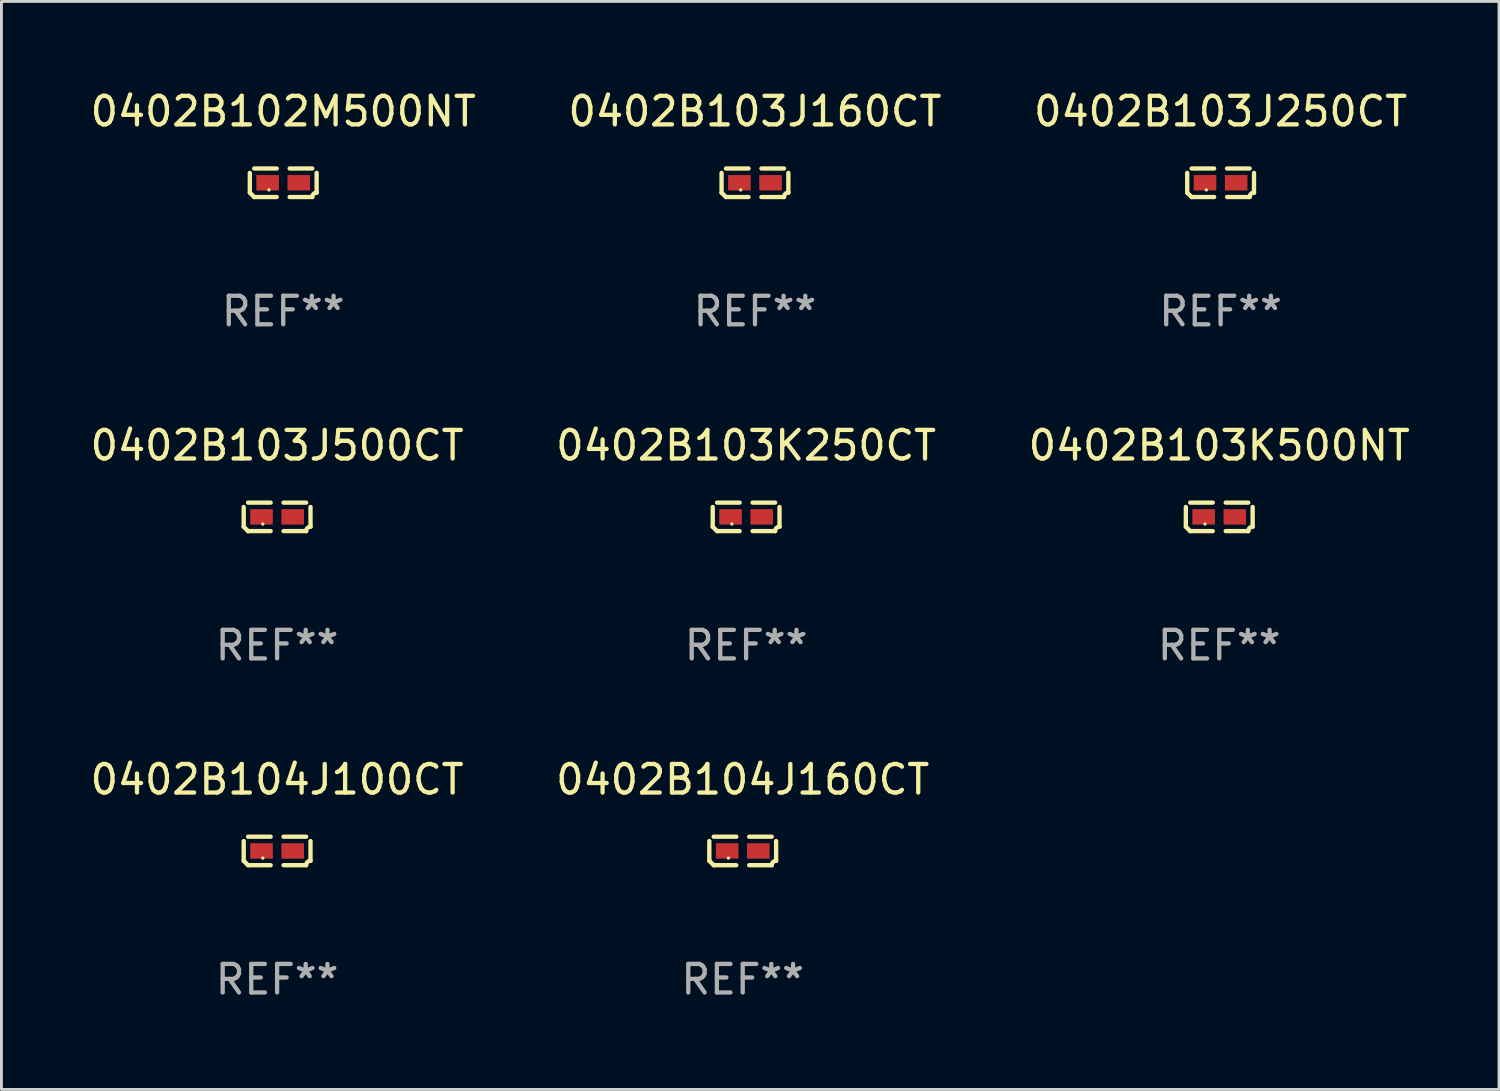
<source format=kicad_pcb>
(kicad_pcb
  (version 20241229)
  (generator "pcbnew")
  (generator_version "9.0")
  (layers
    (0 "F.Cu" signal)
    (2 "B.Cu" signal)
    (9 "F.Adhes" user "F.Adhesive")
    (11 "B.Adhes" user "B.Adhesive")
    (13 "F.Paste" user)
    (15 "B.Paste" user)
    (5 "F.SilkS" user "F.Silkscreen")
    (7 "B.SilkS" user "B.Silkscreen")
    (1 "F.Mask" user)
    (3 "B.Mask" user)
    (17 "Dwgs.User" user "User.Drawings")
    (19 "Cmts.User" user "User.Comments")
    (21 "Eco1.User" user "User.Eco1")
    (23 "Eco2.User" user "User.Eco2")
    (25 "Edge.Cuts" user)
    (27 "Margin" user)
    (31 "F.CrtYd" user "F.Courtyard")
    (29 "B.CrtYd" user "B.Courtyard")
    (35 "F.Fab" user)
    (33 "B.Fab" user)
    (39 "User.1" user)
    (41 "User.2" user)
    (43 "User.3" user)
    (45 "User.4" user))
  (footprint "0402B103K250CT"
    (layer "F.Cu")
    (at 23.065 15.041)
    (property "Reference" "0402B103K250CT" (at 0 -2.499 0) (layer "F.SilkS") (effects (font (size 1 1) (thickness 0.15))))
    (attr through_hole)
    (fp_line (start -1.169 0.346) (end -1.169 -0.346) (stroke (width 0.152) (type solid)) (layer "F.SilkS"))
    (fp_line (start -1.016 -0.499) (end -0.226 -0.499) (stroke (width 0.152) (type solid)) (layer "F.SilkS"))
    (fp_line (start -0.226 0.499) (end -1.016 0.499) (stroke (width 0.152) (type solid)) (layer "F.SilkS"))
    (fp_line (start 0.226 0.499) (end 1.016 0.499) (stroke (width 0.152) (type solid)) (layer "F.SilkS"))
    (fp_line (start 1.016 -0.499) (end 0.226 -0.499) (stroke (width 0.152) (type solid)) (layer "F.SilkS"))
    (fp_line (start 1.169 0.346) (end 1.169 -0.346) (stroke (width 0.152) (type solid)) (layer "F.SilkS"))
    (fp_arc (start -1.016307 0.498603) (mid -1.092512 0.422405) (end -1.16871 0.3462) (stroke (width 0.1524) (type solid)) (layer "F.SilkS"))
    (fp_arc (start 1.016307 0.498603) (mid 1.060899 0.390758) (end 1.168707 0.346076) (stroke (width 0.1524) (type solid)) (layer "F.SilkS"))
    (fp_circle (center -0.5 0.25) (end -0.47 0.25) (stroke (width 0.06) (type solid)) (fill no) (layer "F.SilkS"))
    (fp_text user "REF**" (at 0 4.499 0) (layer "F.Fab") (effects (font (size 1 1) (thickness 0.15))))
    (pad "1" smd rect (at -0.545 0) (size 0.79 0.54) (layers "F.Cu" "F.Mask" "F.Paste"))
    (pad "2" smd rect (at 0.545 0) (size 0.79 0.54) (layers "F.Cu" "F.Mask" "F.Paste")))
  (footprint "0402B103J160CT"
    (layer "F.Cu")
    (at 23.375 3.347)
    (property "Reference" "0402B103J160CT" (at 0 -2.499 0) (layer "F.SilkS") (effects (font (size 1 1) (thickness 0.15))))
    (attr through_hole)
    (fp_line (start -1.169 0.346) (end -1.169 -0.346) (stroke (width 0.152) (type solid)) (layer "F.SilkS"))
    (fp_line (start -1.016 -0.499) (end -0.226 -0.499) (stroke (width 0.152) (type solid)) (layer "F.SilkS"))
    (fp_line (start -0.226 0.499) (end -1.016 0.499) (stroke (width 0.152) (type solid)) (layer "F.SilkS"))
    (fp_line (start 0.226 0.499) (end 1.016 0.499) (stroke (width 0.152) (type solid)) (layer "F.SilkS"))
    (fp_line (start 1.016 -0.499) (end 0.226 -0.499) (stroke (width 0.152) (type solid)) (layer "F.SilkS"))
    (fp_line (start 1.169 0.346) (end 1.169 -0.346) (stroke (width 0.152) (type solid)) (layer "F.SilkS"))
    (fp_arc (start -1.016307 0.498603) (mid -1.092512 0.422405) (end -1.16871 0.3462) (stroke (width 0.1524) (type solid)) (layer "F.SilkS"))
    (fp_arc (start 1.016307 0.498603) (mid 1.060899 0.390758) (end 1.168707 0.346076) (stroke (width 0.1524) (type solid)) (layer "F.SilkS"))
    (fp_circle (center -0.5 0.25) (end -0.47 0.25) (stroke (width 0.06) (type solid)) (fill no) (layer "F.SilkS"))
    (fp_text user "REF**" (at 0 4.499 0) (layer "F.Fab") (effects (font (size 1 1) (thickness 0.15))))
    (pad "1" smd rect (at -0.545 0) (size 0.79 0.54) (layers "F.Cu" "F.Mask" "F.Paste"))
    (pad "2" smd rect (at 0.545 0) (size 0.79 0.54) (layers "F.Cu" "F.Mask" "F.Paste")))
  (footprint "0402B103K500NT"
    (layer "F.Cu")
    (at 39.625 15.041)
    (property "Reference" "0402B103K500NT" (at 0 -2.499 0) (layer "F.SilkS") (effects (font (size 1 1) (thickness 0.15))))
    (attr through_hole)
    (fp_line (start -1.169 0.346) (end -1.169 -0.346) (stroke (width 0.152) (type solid)) (layer "F.SilkS"))
    (fp_line (start -1.016 -0.499) (end -0.226 -0.499) (stroke (width 0.152) (type solid)) (layer "F.SilkS"))
    (fp_line (start -0.226 0.499) (end -1.016 0.499) (stroke (width 0.152) (type solid)) (layer "F.SilkS"))
    (fp_line (start 0.226 0.499) (end 1.016 0.499) (stroke (width 0.152) (type solid)) (layer "F.SilkS"))
    (fp_line (start 1.016 -0.499) (end 0.226 -0.499) (stroke (width 0.152) (type solid)) (layer "F.SilkS"))
    (fp_line (start 1.169 0.346) (end 1.169 -0.346) (stroke (width 0.152) (type solid)) (layer "F.SilkS"))
    (fp_arc (start -1.016307 0.498603) (mid -1.092512 0.422405) (end -1.16871 0.3462) (stroke (width 0.1524) (type solid)) (layer "F.SilkS"))
    (fp_arc (start 1.016307 0.498603) (mid 1.060899 0.390758) (end 1.168707 0.346076) (stroke (width 0.1524) (type solid)) (layer "F.SilkS"))
    (fp_circle (center -0.5 0.25) (end -0.47 0.25) (stroke (width 0.06) (type solid)) (fill no) (layer "F.SilkS"))
    (fp_text user "REF**" (at 0 4.499 0) (layer "F.Fab") (effects (font (size 1 1) (thickness 0.15))))
    (pad "1" smd rect (at -0.545 0) (size 0.79 0.54) (layers "F.Cu" "F.Mask" "F.Paste"))
    (pad "2" smd rect (at 0.545 0) (size 0.79 0.54) (layers "F.Cu" "F.Mask" "F.Paste")))
  (footprint "0402B104J100CT"
    (layer "F.Cu")
    (at 6.649 26.734)
    (property "Reference" "0402B104J100CT" (at 0 -2.499 0) (layer "F.SilkS") (effects (font (size 1 1) (thickness 0.15))))
    (attr through_hole)
    (fp_line (start -1.169 0.346) (end -1.169 -0.346) (stroke (width 0.152) (type solid)) (layer "F.SilkS"))
    (fp_line (start -1.016 -0.499) (end -0.226 -0.499) (stroke (width 0.152) (type solid)) (layer "F.SilkS"))
    (fp_line (start -0.226 0.499) (end -1.016 0.499) (stroke (width 0.152) (type solid)) (layer "F.SilkS"))
    (fp_line (start 0.226 0.499) (end 1.016 0.499) (stroke (width 0.152) (type solid)) (layer "F.SilkS"))
    (fp_line (start 1.016 -0.499) (end 0.226 -0.499) (stroke (width 0.152) (type solid)) (layer "F.SilkS"))
    (fp_line (start 1.169 0.346) (end 1.169 -0.346) (stroke (width 0.152) (type solid)) (layer "F.SilkS"))
    (fp_arc (start -1.016307 0.498603) (mid -1.092512 0.422405) (end -1.16871 0.3462) (stroke (width 0.1524) (type solid)) (layer "F.SilkS"))
    (fp_arc (start 1.016307 0.498603) (mid 1.060899 0.390758) (end 1.168707 0.346076) (stroke (width 0.1524) (type solid)) (layer "F.SilkS"))
    (fp_circle (center -0.5 0.25) (end -0.47 0.25) (stroke (width 0.06) (type solid)) (fill no) (layer "F.SilkS"))
    (fp_text user "REF**" (at 0 4.499 0) (layer "F.Fab") (effects (font (size 1 1) (thickness 0.15))))
    (pad "1" smd rect (at -0.545 0) (size 0.79 0.54) (layers "F.Cu" "F.Mask" "F.Paste"))
    (pad "2" smd rect (at 0.545 0) (size 0.79 0.54) (layers "F.Cu" "F.Mask" "F.Paste")))
  (footprint "0402B103J500CT"
    (layer "F.Cu")
    (at 6.649 15.041)
    (property "Reference" "0402B103J500CT" (at 0 -2.499 0) (layer "F.SilkS") (effects (font (size 1 1) (thickness 0.15))))
    (attr through_hole)
    (fp_line (start -1.169 0.346) (end -1.169 -0.346) (stroke (width 0.152) (type solid)) (layer "F.SilkS"))
    (fp_line (start -1.016 -0.499) (end -0.226 -0.499) (stroke (width 0.152) (type solid)) (layer "F.SilkS"))
    (fp_line (start -0.226 0.499) (end -1.016 0.499) (stroke (width 0.152) (type solid)) (layer "F.SilkS"))
    (fp_line (start 0.226 0.499) (end 1.016 0.499) (stroke (width 0.152) (type solid)) (layer "F.SilkS"))
    (fp_line (start 1.016 -0.499) (end 0.226 -0.499) (stroke (width 0.152) (type solid)) (layer "F.SilkS"))
    (fp_line (start 1.169 0.346) (end 1.169 -0.346) (stroke (width 0.152) (type solid)) (layer "F.SilkS"))
    (fp_arc (start -1.016307 0.498603) (mid -1.092512 0.422405) (end -1.16871 0.3462) (stroke (width 0.1524) (type solid)) (layer "F.SilkS"))
    (fp_arc (start 1.016307 0.498603) (mid 1.060899 0.390758) (end 1.168707 0.346076) (stroke (width 0.1524) (type solid)) (layer "F.SilkS"))
    (fp_circle (center -0.5 0.25) (end -0.47 0.25) (stroke (width 0.06) (type solid)) (fill no) (layer "F.SilkS"))
    (fp_text user "REF**" (at 0 4.499 0) (layer "F.Fab") (effects (font (size 1 1) (thickness 0.15))))
    (pad "1" smd rect (at -0.545 0) (size 0.79 0.54) (layers "F.Cu" "F.Mask" "F.Paste"))
    (pad "2" smd rect (at 0.545 0) (size 0.79 0.54) (layers "F.Cu" "F.Mask" "F.Paste")))
  (footprint "0402B103J250CT"
    (layer "F.Cu")
    (at 39.673 3.347)
    (property "Reference" "0402B103J250CT" (at 0 -2.499 0) (layer "F.SilkS") (effects (font (size 1 1) (thickness 0.15))))
    (attr through_hole)
    (fp_line (start -1.169 0.346) (end -1.169 -0.346) (stroke (width 0.152) (type solid)) (layer "F.SilkS"))
    (fp_line (start -1.016 -0.499) (end -0.226 -0.499) (stroke (width 0.152) (type solid)) (layer "F.SilkS"))
    (fp_line (start -0.226 0.499) (end -1.016 0.499) (stroke (width 0.152) (type solid)) (layer "F.SilkS"))
    (fp_line (start 0.226 0.499) (end 1.016 0.499) (stroke (width 0.152) (type solid)) (layer "F.SilkS"))
    (fp_line (start 1.016 -0.499) (end 0.226 -0.499) (stroke (width 0.152) (type solid)) (layer "F.SilkS"))
    (fp_line (start 1.169 0.346) (end 1.169 -0.346) (stroke (width 0.152) (type solid)) (layer "F.SilkS"))
    (fp_arc (start -1.016307 0.498603) (mid -1.092512 0.422405) (end -1.16871 0.3462) (stroke (width 0.1524) (type solid)) (layer "F.SilkS"))
    (fp_arc (start 1.016307 0.498603) (mid 1.060899 0.390758) (end 1.168707 0.346076) (stroke (width 0.1524) (type solid)) (layer "F.SilkS"))
    (fp_circle (center -0.5 0.25) (end -0.47 0.25) (stroke (width 0.06) (type solid)) (fill no) (layer "F.SilkS"))
    (fp_text user "REF**" (at 0 4.499 0) (layer "F.Fab") (effects (font (size 1 1) (thickness 0.15))))
    (pad "1" smd rect (at -0.545 0) (size 0.79 0.54) (layers "F.Cu" "F.Mask" "F.Paste"))
    (pad "2" smd rect (at 0.545 0) (size 0.79 0.54) (layers "F.Cu" "F.Mask" "F.Paste")))
  (footprint "0402B102M500NT"
    (layer "F.Cu")
    (at 6.863 3.347)
    (property "Reference" "0402B102M500NT" (at 0 -2.499 0) (layer "F.SilkS") (effects (font (size 1 1) (thickness 0.15))))
    (attr through_hole)
    (fp_line (start -1.169 0.346) (end -1.169 -0.346) (stroke (width 0.152) (type solid)) (layer "F.SilkS"))
    (fp_line (start -1.016 -0.499) (end -0.226 -0.499) (stroke (width 0.152) (type solid)) (layer "F.SilkS"))
    (fp_line (start -0.226 0.499) (end -1.016 0.499) (stroke (width 0.152) (type solid)) (layer "F.SilkS"))
    (fp_line (start 0.226 0.499) (end 1.016 0.499) (stroke (width 0.152) (type solid)) (layer "F.SilkS"))
    (fp_line (start 1.016 -0.499) (end 0.226 -0.499) (stroke (width 0.152) (type solid)) (layer "F.SilkS"))
    (fp_line (start 1.169 0.346) (end 1.169 -0.346) (stroke (width 0.152) (type solid)) (layer "F.SilkS"))
    (fp_arc (start -1.016307 0.498603) (mid -1.092512 0.422405) (end -1.16871 0.3462) (stroke (width 0.1524) (type solid)) (layer "F.SilkS"))
    (fp_arc (start 1.016307 0.498603) (mid 1.060899 0.390758) (end 1.168707 0.346076) (stroke (width 0.1524) (type solid)) (layer "F.SilkS"))
    (fp_circle (center -0.5 0.25) (end -0.47 0.25) (stroke (width 0.06) (type solid)) (fill no) (layer "F.SilkS"))
    (fp_text user "REF**" (at 0 4.499 0) (layer "F.Fab") (effects (font (size 1 1) (thickness 0.15))))
    (pad "1" smd rect (at -0.545 0) (size 0.79 0.54) (layers "F.Cu" "F.Mask" "F.Paste"))
    (pad "2" smd rect (at 0.545 0) (size 0.79 0.54) (layers "F.Cu" "F.Mask" "F.Paste")))
  (footprint "0402B104J160CT"
    (layer "F.Cu")
    (at 22.946 26.734)
    (property "Reference" "0402B104J160CT" (at 0 -2.499 0) (layer "F.SilkS") (effects (font (size 1 1) (thickness 0.15))))
    (attr through_hole)
    (fp_line (start -1.169 0.346) (end -1.169 -0.346) (stroke (width 0.152) (type solid)) (layer "F.SilkS"))
    (fp_line (start -1.016 -0.499) (end -0.226 -0.499) (stroke (width 0.152) (type solid)) (layer "F.SilkS"))
    (fp_line (start -0.226 0.499) (end -1.016 0.499) (stroke (width 0.152) (type solid)) (layer "F.SilkS"))
    (fp_line (start 0.226 0.499) (end 1.016 0.499) (stroke (width 0.152) (type solid)) (layer "F.SilkS"))
    (fp_line (start 1.016 -0.499) (end 0.226 -0.499) (stroke (width 0.152) (type solid)) (layer "F.SilkS"))
    (fp_line (start 1.169 0.346) (end 1.169 -0.346) (stroke (width 0.152) (type solid)) (layer "F.SilkS"))
    (fp_arc (start -1.016307 0.498603) (mid -1.092512 0.422405) (end -1.16871 0.3462) (stroke (width 0.1524) (type solid)) (layer "F.SilkS"))
    (fp_arc (start 1.016307 0.498603) (mid 1.060899 0.390758) (end 1.168707 0.346076) (stroke (width 0.1524) (type solid)) (layer "F.SilkS"))
    (fp_circle (center -0.5 0.25) (end -0.47 0.25) (stroke (width 0.06) (type solid)) (fill no) (layer "F.SilkS"))
    (fp_text user "REF**" (at 0 4.499 0) (layer "F.Fab") (effects (font (size 1 1) (thickness 0.15))))
    (pad "1" smd rect (at -0.545 0) (size 0.79 0.54) (layers "F.Cu" "F.Mask" "F.Paste"))
    (pad "2" smd rect (at 0.545 0) (size 0.79 0.54) (layers "F.Cu" "F.Mask" "F.Paste")))
  (gr_rect
    (start -3 -3)
    (end 49.417 35.081)
    (stroke (width 0.1) (type default))
    (fill no)
    (layer "Edge.Cuts")))
</source>
